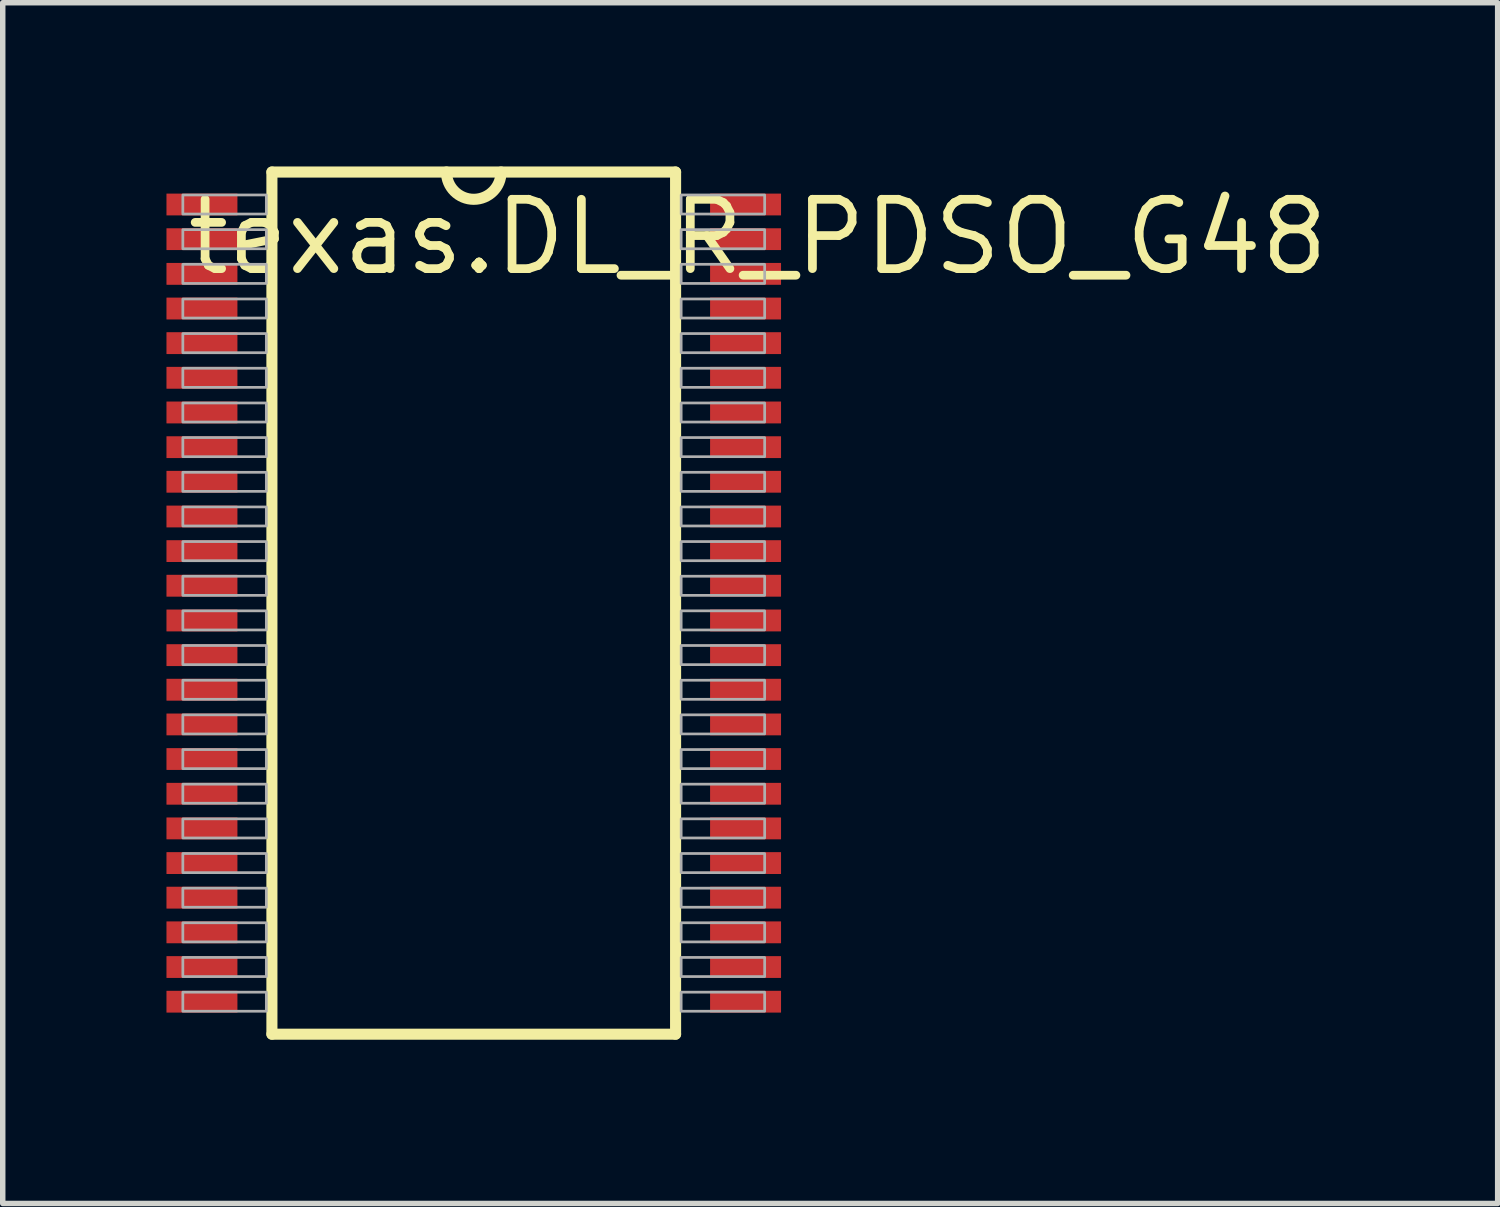
<source format=kicad_pcb>
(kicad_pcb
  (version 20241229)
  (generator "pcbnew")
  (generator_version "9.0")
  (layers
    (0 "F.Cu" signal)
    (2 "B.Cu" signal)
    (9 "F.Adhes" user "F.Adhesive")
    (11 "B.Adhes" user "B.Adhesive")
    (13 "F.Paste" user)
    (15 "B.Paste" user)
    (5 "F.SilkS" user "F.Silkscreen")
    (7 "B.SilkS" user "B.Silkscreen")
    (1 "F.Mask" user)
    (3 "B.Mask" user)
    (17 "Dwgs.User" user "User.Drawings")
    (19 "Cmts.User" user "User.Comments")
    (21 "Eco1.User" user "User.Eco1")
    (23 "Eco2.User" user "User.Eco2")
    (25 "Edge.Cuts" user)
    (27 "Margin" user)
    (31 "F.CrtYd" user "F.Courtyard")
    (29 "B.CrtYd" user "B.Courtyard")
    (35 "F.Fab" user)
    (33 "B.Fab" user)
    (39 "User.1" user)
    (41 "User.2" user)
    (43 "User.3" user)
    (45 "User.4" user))
  (footprint "texas.DL_R_PDSO_G48"
    (layer "F.Cu")
    (at 5.63 8)
    (property "Reference" "texas.DL_R_PDSO_G48" (at -5.33 -5.965 0) (layer "F.SilkS") (effects (font (size 1.27 1.27) (thickness 0.16)) (justify left bottom)))
    (attr smd)
    (fp_line (start -3.698 -7.898) (end -3.698 7.898) (stroke (width 0.203) (type default)) (layer "F.SilkS"))
    (fp_line (start -3.698 7.898) (end 3.698 7.898) (stroke (width 0.203) (type default)) (layer "F.SilkS"))
    (fp_line (start 3.698 -7.898) (end -3.698 -7.898) (stroke (width 0.203) (type default)) (layer "F.SilkS"))
    (fp_line (start 3.698 7.898) (end 3.698 -7.898) (stroke (width 0.203) (type default)) (layer "F.SilkS"))
    (fp_arc (start 0.5 -7.8984) (mid 0 -7.3984) (end -0.5 -7.8984) (stroke (width 0.2032) (type default)) (layer "F.SilkS"))
    (fp_rect (start -5.33 -7.128) (end -3.8 -7.478) (stroke (width 0.05) (type default)) (fill no) (layer "F.Fab"))
    (fp_rect (start -5.33 -6.492) (end -3.8 -6.843) (stroke (width 0.05) (type default)) (fill no) (layer "F.Fab"))
    (fp_rect (start -5.33 -5.857) (end -3.8 -6.207) (stroke (width 0.05) (type default)) (fill no) (layer "F.Fab"))
    (fp_rect (start -5.33 -5.223) (end -3.8 -5.572) (stroke (width 0.05) (type default)) (fill no) (layer "F.Fab"))
    (fp_rect (start -5.33 -4.588) (end -3.8 -4.938) (stroke (width 0.05) (type default)) (fill no) (layer "F.Fab"))
    (fp_rect (start -5.33 -3.953) (end -3.8 -4.303) (stroke (width 0.05) (type default)) (fill no) (layer "F.Fab"))
    (fp_rect (start -5.33 -3.317) (end -3.8 -3.667) (stroke (width 0.05) (type default)) (fill no) (layer "F.Fab"))
    (fp_rect (start -5.33 -2.683) (end -3.8 -3.033) (stroke (width 0.05) (type default)) (fill no) (layer "F.Fab"))
    (fp_rect (start -5.33 -2.047) (end -3.8 -2.397) (stroke (width 0.05) (type default)) (fill no) (layer "F.Fab"))
    (fp_rect (start -5.33 -1.413) (end -3.8 -1.762) (stroke (width 0.05) (type default)) (fill no) (layer "F.Fab"))
    (fp_rect (start -5.33 -0.777) (end -3.8 -1.127) (stroke (width 0.05) (type default)) (fill no) (layer "F.Fab"))
    (fp_rect (start -5.33 -0.142) (end -3.8 -0.492) (stroke (width 0.05) (type default)) (fill no) (layer "F.Fab"))
    (fp_rect (start -5.33 0.492) (end -3.8 0.142) (stroke (width 0.05) (type default)) (fill no) (layer "F.Fab"))
    (fp_rect (start -5.33 1.127) (end -3.8 0.777) (stroke (width 0.05) (type default)) (fill no) (layer "F.Fab"))
    (fp_rect (start -5.33 1.762) (end -3.8 1.413) (stroke (width 0.05) (type default)) (fill no) (layer "F.Fab"))
    (fp_rect (start -5.33 2.397) (end -3.8 2.047) (stroke (width 0.05) (type default)) (fill no) (layer "F.Fab"))
    (fp_rect (start -5.33 3.033) (end -3.8 2.683) (stroke (width 0.05) (type default)) (fill no) (layer "F.Fab"))
    (fp_rect (start -5.33 3.667) (end -3.8 3.317) (stroke (width 0.05) (type default)) (fill no) (layer "F.Fab"))
    (fp_rect (start -5.33 4.303) (end -3.8 3.953) (stroke (width 0.05) (type default)) (fill no) (layer "F.Fab"))
    (fp_rect (start -5.33 4.938) (end -3.8 4.588) (stroke (width 0.05) (type default)) (fill no) (layer "F.Fab"))
    (fp_rect (start -5.33 5.572) (end -3.8 5.223) (stroke (width 0.05) (type default)) (fill no) (layer "F.Fab"))
    (fp_rect (start -5.33 6.207) (end -3.8 5.857) (stroke (width 0.05) (type default)) (fill no) (layer "F.Fab"))
    (fp_rect (start -5.33 6.843) (end -3.8 6.492) (stroke (width 0.05) (type default)) (fill no) (layer "F.Fab"))
    (fp_rect (start -5.33 7.478) (end -3.8 7.128) (stroke (width 0.05) (type default)) (fill no) (layer "F.Fab"))
    (fp_rect (start 3.8 -7.128) (end 5.33 -7.478) (stroke (width 0.05) (type default)) (fill no) (layer "F.Fab"))
    (fp_rect (start 3.8 -6.492) (end 5.33 -6.843) (stroke (width 0.05) (type default)) (fill no) (layer "F.Fab"))
    (fp_rect (start 3.8 -5.857) (end 5.33 -6.207) (stroke (width 0.05) (type default)) (fill no) (layer "F.Fab"))
    (fp_rect (start 3.8 -5.223) (end 5.33 -5.572) (stroke (width 0.05) (type default)) (fill no) (layer "F.Fab"))
    (fp_rect (start 3.8 -4.588) (end 5.33 -4.938) (stroke (width 0.05) (type default)) (fill no) (layer "F.Fab"))
    (fp_rect (start 3.8 -3.953) (end 5.33 -4.303) (stroke (width 0.05) (type default)) (fill no) (layer "F.Fab"))
    (fp_rect (start 3.8 -3.317) (end 5.33 -3.667) (stroke (width 0.05) (type default)) (fill no) (layer "F.Fab"))
    (fp_rect (start 3.8 -2.683) (end 5.33 -3.033) (stroke (width 0.05) (type default)) (fill no) (layer "F.Fab"))
    (fp_rect (start 3.8 -2.047) (end 5.33 -2.397) (stroke (width 0.05) (type default)) (fill no) (layer "F.Fab"))
    (fp_rect (start 3.8 -1.413) (end 5.33 -1.762) (stroke (width 0.05) (type default)) (fill no) (layer "F.Fab"))
    (fp_rect (start 3.8 -0.777) (end 5.33 -1.127) (stroke (width 0.05) (type default)) (fill no) (layer "F.Fab"))
    (fp_rect (start 3.8 -0.142) (end 5.33 -0.492) (stroke (width 0.05) (type default)) (fill no) (layer "F.Fab"))
    (fp_rect (start 3.8 0.492) (end 5.33 0.142) (stroke (width 0.05) (type default)) (fill no) (layer "F.Fab"))
    (fp_rect (start 3.8 1.127) (end 5.33 0.777) (stroke (width 0.05) (type default)) (fill no) (layer "F.Fab"))
    (fp_rect (start 3.8 1.762) (end 5.33 1.413) (stroke (width 0.05) (type default)) (fill no) (layer "F.Fab"))
    (fp_rect (start 3.8 2.397) (end 5.33 2.047) (stroke (width 0.05) (type default)) (fill no) (layer "F.Fab"))
    (fp_rect (start 3.8 3.033) (end 5.33 2.683) (stroke (width 0.05) (type default)) (fill no) (layer "F.Fab"))
    (fp_rect (start 3.8 3.667) (end 5.33 3.317) (stroke (width 0.05) (type default)) (fill no) (layer "F.Fab"))
    (fp_rect (start 3.8 4.303) (end 5.33 3.953) (stroke (width 0.05) (type default)) (fill no) (layer "F.Fab"))
    (fp_rect (start 3.8 4.938) (end 5.33 4.588) (stroke (width 0.05) (type default)) (fill no) (layer "F.Fab"))
    (fp_rect (start 3.8 5.572) (end 5.33 5.223) (stroke (width 0.05) (type default)) (fill no) (layer "F.Fab"))
    (fp_rect (start 3.8 6.207) (end 5.33 5.857) (stroke (width 0.05) (type default)) (fill no) (layer "F.Fab"))
    (fp_rect (start 3.8 6.843) (end 5.33 6.492) (stroke (width 0.05) (type default)) (fill no) (layer "F.Fab"))
    (fp_rect (start 3.8 7.478) (end 5.33 7.128) (stroke (width 0.05) (type default)) (fill no) (layer "F.Fab"))
    (pad "1" smd roundrect (at -4.98 -7.303) (size 1.3 0.4) (layers "F.Cu" "F.Mask" "F.Paste") (roundrect_rratio 0.01))
    (pad "2" smd roundrect (at -4.98 -6.668) (size 1.3 0.4) (layers "F.Cu" "F.Mask" "F.Paste") (roundrect_rratio 0.01))
    (pad "3" smd roundrect (at -4.98 -6.032) (size 1.3 0.4) (layers "F.Cu" "F.Mask" "F.Paste") (roundrect_rratio 0.01))
    (pad "4" smd roundrect (at -4.98 -5.397) (size 1.3 0.4) (layers "F.Cu" "F.Mask" "F.Paste") (roundrect_rratio 0.01))
    (pad "5" smd roundrect (at -4.98 -4.763) (size 1.3 0.4) (layers "F.Cu" "F.Mask" "F.Paste") (roundrect_rratio 0.01))
    (pad "6" smd roundrect (at -4.98 -4.128) (size 1.3 0.4) (layers "F.Cu" "F.Mask" "F.Paste") (roundrect_rratio 0.01))
    (pad "7" smd roundrect (at -4.98 -3.493) (size 1.3 0.4) (layers "F.Cu" "F.Mask" "F.Paste") (roundrect_rratio 0.01))
    (pad "8" smd roundrect (at -4.98 -2.857) (size 1.3 0.4) (layers "F.Cu" "F.Mask" "F.Paste") (roundrect_rratio 0.01))
    (pad "9" smd roundrect (at -4.98 -2.223) (size 1.3 0.4) (layers "F.Cu" "F.Mask" "F.Paste") (roundrect_rratio 0.01))
    (pad "10" smd roundrect (at -4.98 -1.587) (size 1.3 0.4) (layers "F.Cu" "F.Mask" "F.Paste") (roundrect_rratio 0.01))
    (pad "11" smd roundrect (at -4.98 -0.953) (size 1.3 0.4) (layers "F.Cu" "F.Mask" "F.Paste") (roundrect_rratio 0.01))
    (pad "12" smd roundrect (at -4.98 -0.318) (size 1.3 0.4) (layers "F.Cu" "F.Mask" "F.Paste") (roundrect_rratio 0.01))
    (pad "13" smd roundrect (at -4.98 0.318) (size 1.3 0.4) (layers "F.Cu" "F.Mask" "F.Paste") (roundrect_rratio 0.01))
    (pad "14" smd roundrect (at -4.98 0.953) (size 1.3 0.4) (layers "F.Cu" "F.Mask" "F.Paste") (roundrect_rratio 0.01))
    (pad "15" smd roundrect (at -4.98 1.587) (size 1.3 0.4) (layers "F.Cu" "F.Mask" "F.Paste") (roundrect_rratio 0.01))
    (pad "16" smd roundrect (at -4.98 2.223) (size 1.3 0.4) (layers "F.Cu" "F.Mask" "F.Paste") (roundrect_rratio 0.01))
    (pad "17" smd roundrect (at -4.98 2.857) (size 1.3 0.4) (layers "F.Cu" "F.Mask" "F.Paste") (roundrect_rratio 0.01))
    (pad "18" smd roundrect (at -4.98 3.493) (size 1.3 0.4) (layers "F.Cu" "F.Mask" "F.Paste") (roundrect_rratio 0.01))
    (pad "19" smd roundrect (at -4.98 4.128) (size 1.3 0.4) (layers "F.Cu" "F.Mask" "F.Paste") (roundrect_rratio 0.01))
    (pad "20" smd roundrect (at -4.98 4.763) (size 1.3 0.4) (layers "F.Cu" "F.Mask" "F.Paste") (roundrect_rratio 0.01))
    (pad "21" smd roundrect (at -4.98 5.397) (size 1.3 0.4) (layers "F.Cu" "F.Mask" "F.Paste") (roundrect_rratio 0.01))
    (pad "22" smd roundrect (at -4.98 6.032) (size 1.3 0.4) (layers "F.Cu" "F.Mask" "F.Paste") (roundrect_rratio 0.01))
    (pad "23" smd roundrect (at -4.98 6.668) (size 1.3 0.4) (layers "F.Cu" "F.Mask" "F.Paste") (roundrect_rratio 0.01))
    (pad "24" smd roundrect (at -4.98 7.303) (size 1.3 0.4) (layers "F.Cu" "F.Mask" "F.Paste") (roundrect_rratio 0.01))
    (pad "25" smd roundrect (at 4.98 7.303) (size 1.3 0.4) (layers "F.Cu" "F.Mask" "F.Paste") (roundrect_rratio 0.01))
    (pad "26" smd roundrect (at 4.98 6.668) (size 1.3 0.4) (layers "F.Cu" "F.Mask" "F.Paste") (roundrect_rratio 0.01))
    (pad "27" smd roundrect (at 4.98 6.032) (size 1.3 0.4) (layers "F.Cu" "F.Mask" "F.Paste") (roundrect_rratio 0.01))
    (pad "28" smd roundrect (at 4.98 5.397) (size 1.3 0.4) (layers "F.Cu" "F.Mask" "F.Paste") (roundrect_rratio 0.01))
    (pad "29" smd roundrect (at 4.98 4.763) (size 1.3 0.4) (layers "F.Cu" "F.Mask" "F.Paste") (roundrect_rratio 0.01))
    (pad "30" smd roundrect (at 4.98 4.128) (size 1.3 0.4) (layers "F.Cu" "F.Mask" "F.Paste") (roundrect_rratio 0.01))
    (pad "31" smd roundrect (at 4.98 3.493) (size 1.3 0.4) (layers "F.Cu" "F.Mask" "F.Paste") (roundrect_rratio 0.01))
    (pad "32" smd roundrect (at 4.98 2.857) (size 1.3 0.4) (layers "F.Cu" "F.Mask" "F.Paste") (roundrect_rratio 0.01))
    (pad "33" smd roundrect (at 4.98 2.223) (size 1.3 0.4) (layers "F.Cu" "F.Mask" "F.Paste") (roundrect_rratio 0.01))
    (pad "34" smd roundrect (at 4.98 1.587) (size 1.3 0.4) (layers "F.Cu" "F.Mask" "F.Paste") (roundrect_rratio 0.01))
    (pad "35" smd roundrect (at 4.98 0.953) (size 1.3 0.4) (layers "F.Cu" "F.Mask" "F.Paste") (roundrect_rratio 0.01))
    (pad "36" smd roundrect (at 4.98 0.318) (size 1.3 0.4) (layers "F.Cu" "F.Mask" "F.Paste") (roundrect_rratio 0.01))
    (pad "37" smd roundrect (at 4.98 -0.318) (size 1.3 0.4) (layers "F.Cu" "F.Mask" "F.Paste") (roundrect_rratio 0.01))
    (pad "38" smd roundrect (at 4.98 -0.953) (size 1.3 0.4) (layers "F.Cu" "F.Mask" "F.Paste") (roundrect_rratio 0.01))
    (pad "39" smd roundrect (at 4.98 -1.587) (size 1.3 0.4) (layers "F.Cu" "F.Mask" "F.Paste") (roundrect_rratio 0.01))
    (pad "40" smd roundrect (at 4.98 -2.223) (size 1.3 0.4) (layers "F.Cu" "F.Mask" "F.Paste") (roundrect_rratio 0.01))
    (pad "41" smd roundrect (at 4.98 -2.857) (size 1.3 0.4) (layers "F.Cu" "F.Mask" "F.Paste") (roundrect_rratio 0.01))
    (pad "42" smd roundrect (at 4.98 -3.493) (size 1.3 0.4) (layers "F.Cu" "F.Mask" "F.Paste") (roundrect_rratio 0.01))
    (pad "43" smd roundrect (at 4.98 -4.128) (size 1.3 0.4) (layers "F.Cu" "F.Mask" "F.Paste") (roundrect_rratio 0.01))
    (pad "44" smd roundrect (at 4.98 -4.763) (size 1.3 0.4) (layers "F.Cu" "F.Mask" "F.Paste") (roundrect_rratio 0.01))
    (pad "45" smd roundrect (at 4.98 -5.397) (size 1.3 0.4) (layers "F.Cu" "F.Mask" "F.Paste") (roundrect_rratio 0.01))
    (pad "46" smd roundrect (at 4.98 -6.032) (size 1.3 0.4) (layers "F.Cu" "F.Mask" "F.Paste") (roundrect_rratio 0.01))
    (pad "47" smd roundrect (at 4.98 -6.668) (size 1.3 0.4) (layers "F.Cu" "F.Mask" "F.Paste") (roundrect_rratio 0.01))
    (pad "48" smd roundrect (at 4.98 -7.303) (size 1.3 0.4) (layers "F.Cu" "F.Mask" "F.Paste") (roundrect_rratio 0.01)))
  (gr_rect
    (start -3 -3)
    (end 24.39 19)
    (stroke (width 0.1) (type default))
    (fill no)
    (layer "Edge.Cuts")))
</source>
